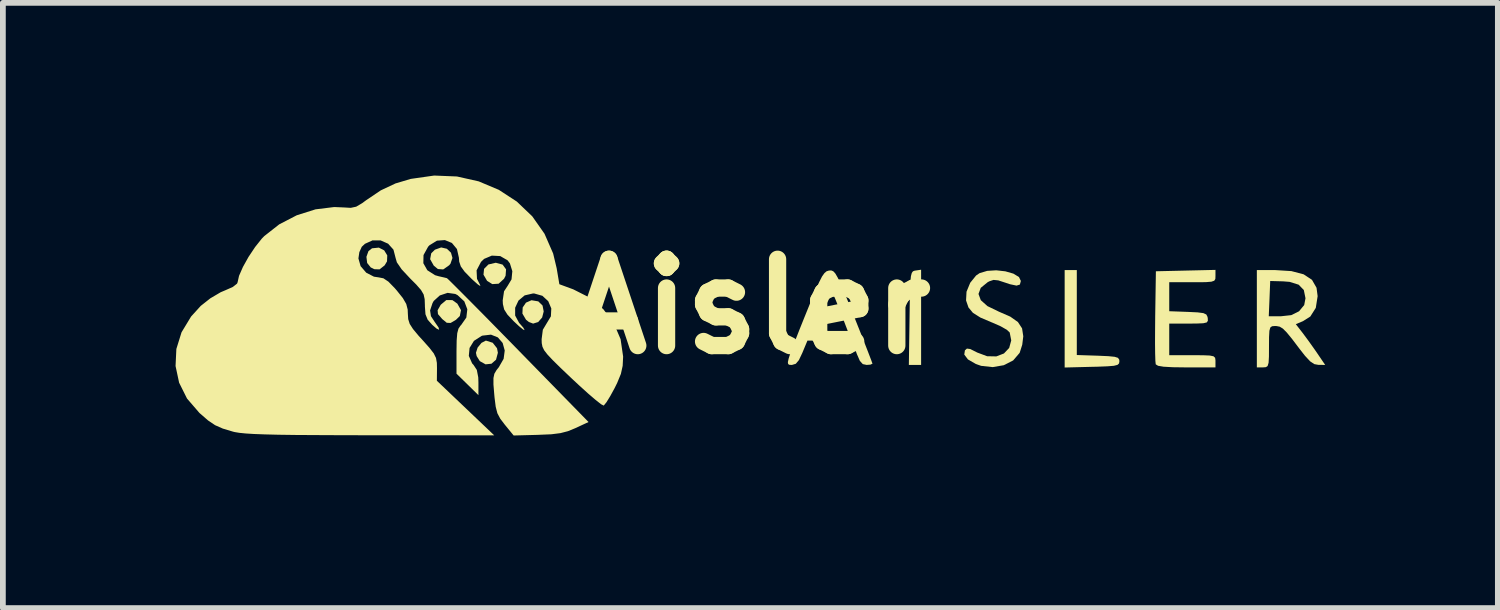
<source format=kicad_pcb>
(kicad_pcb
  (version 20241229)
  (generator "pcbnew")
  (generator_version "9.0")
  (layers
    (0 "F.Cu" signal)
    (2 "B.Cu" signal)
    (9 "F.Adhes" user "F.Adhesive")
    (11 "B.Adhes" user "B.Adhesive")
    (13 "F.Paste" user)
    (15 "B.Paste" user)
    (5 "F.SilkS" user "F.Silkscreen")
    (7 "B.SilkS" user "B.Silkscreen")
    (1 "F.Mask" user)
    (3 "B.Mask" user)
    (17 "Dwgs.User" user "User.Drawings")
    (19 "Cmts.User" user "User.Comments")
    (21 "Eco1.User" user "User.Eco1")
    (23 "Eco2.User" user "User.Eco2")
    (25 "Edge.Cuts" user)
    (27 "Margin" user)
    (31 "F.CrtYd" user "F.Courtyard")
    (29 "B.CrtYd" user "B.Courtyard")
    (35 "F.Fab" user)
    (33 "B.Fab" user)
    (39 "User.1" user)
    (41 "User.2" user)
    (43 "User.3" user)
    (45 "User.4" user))
  (footprint "Aisler"
    (layer "F.Cu")
    (at 9.995 2.276)
    (property "Reference" "Aisler" (at 0 0 0) (layer "F.SilkS") (effects (font (size 1.5 1.5) (thickness 0.3))))
    (attr board_only exclude_from_pos_files exclude_from_bom)
    (fp_poly (pts (xy -6.37 -0.976) (xy -6.317 -0.889) (xy -6.321 -0.785) (xy -6.363 -0.715) (xy -6.451 -0.646) (xy -6.541 -0.649) (xy -6.604 -0.68) (xy -6.666 -0.757) (xy -6.679 -0.864) (xy -6.644 -0.962) (xy -6.582 -1.012) (xy -6.463 -1.024)) (stroke (width 0) (type solid)) (fill yes) (layer "F.SilkS"))
    (fp_poly (pts (xy -5.281 -1.004) (xy -5.21 -0.936) (xy -5.184 -0.844) (xy -5.219 -0.744) (xy -5.242 -0.717) (xy -5.345 -0.645) (xy -5.438 -0.652) (xy -5.509 -0.711) (xy -5.572 -0.823) (xy -5.553 -0.925) (xy -5.489 -0.988) (xy -5.38 -1.027)) (stroke (width 0) (type solid)) (fill yes) (layer "F.SilkS"))
    (fp_poly (pts (xy -4.313 -0.729) (xy -4.253 -0.647) (xy -4.261 -0.536) (xy -4.288 -0.483) (xy -4.382 -0.397) (xy -4.492 -0.39) (xy -4.583 -0.447) (xy -4.645 -0.554) (xy -4.635 -0.655) (xy -4.56 -0.731) (xy -4.432 -0.761) (xy -4.431 -0.761)) (stroke (width 0) (type solid)) (fill yes) (layer "F.SilkS"))
    (fp_poly (pts (xy -3.693 -0.09) (xy -3.619 -0.018) (xy -3.599 0.085) (xy -3.626 0.19) (xy -3.695 0.269) (xy -3.783 0.296) (xy -3.857 0.268) (xy -3.906 0.229) (xy -3.969 0.122) (xy -3.964 0.016) (xy -3.907 -0.068) (xy -3.811 -0.11)) (stroke (width 0) (type solid)) (fill yes) (layer "F.SilkS"))
    (fp_poly (pts (xy -4.485 0.629) (xy -4.41 0.724) (xy -4.395 0.803) (xy -4.427 0.923) (xy -4.506 0.993) (xy -4.609 1.004) (xy -4.709 0.948) (xy -4.764 0.86) (xy -4.776 0.803) (xy -4.747 0.713) (xy -4.68 0.631) (xy -4.605 0.592) (xy -4.601 0.592)) (stroke (width 0) (type solid)) (fill yes) (layer "F.SilkS"))
    (fp_poly (pts (xy -5.185 -0.112) (xy -5.099 -0.05) (xy -5.036 0.062) (xy -5.056 0.164) (xy -5.123 0.23) (xy -5.216 0.285) (xy -5.283 0.282) (xy -5.362 0.217) (xy -5.367 0.211) (xy -5.436 0.131) (xy -5.442 0.064) (xy -5.391 -0.026) (xy -5.386 -0.033) (xy -5.291 -0.113)) (stroke (width 0) (type solid)) (fill yes) (layer "F.SilkS"))
    (fp_poly (pts (xy 2.958 0.187) (xy 2.958 1.014) (xy 2.852 1.014) (xy 2.745 1.014) (xy 2.757 0.201) (xy 2.761 -0.08) (xy 2.766 -0.288) (xy 2.772 -0.433) (xy 2.781 -0.528) (xy 2.796 -0.584) (xy 2.816 -0.612) (xy 2.844 -0.623) (xy 2.863 -0.626) (xy 2.958 -0.64)) (stroke (width 0) (type solid)) (fill yes) (layer "F.SilkS"))
    (fp_poly (pts (xy 5.663 0.104) (xy 5.663 0.842) (xy 6.033 0.854) (xy 6.211 0.862) (xy 6.321 0.873) (xy 6.378 0.891) (xy 6.4 0.922) (xy 6.403 0.951) (xy 6.397 0.988) (xy 6.37 1.013) (xy 6.308 1.029) (xy 6.196 1.038) (xy 6.02 1.045) (xy 5.927 1.047) (xy 5.452 1.059) (xy 5.452 0.213) (xy 5.452 -0.634) (xy 5.558 -0.634) (xy 5.663 -0.634)) (stroke (width 0) (type solid)) (fill yes) (layer "F.SilkS"))
    (fp_poly (pts (xy 8.072 -0.53) (xy 8.07 -0.48) (xy 8.051 -0.449) (xy 8.001 -0.432) (xy 7.903 -0.424) (xy 7.742 -0.423) (xy 7.671 -0.423) (xy 7.269 -0.423) (xy 7.269 -0.171) (xy 7.269 0.081) (xy 7.597 0.093) (xy 7.762 0.101) (xy 7.862 0.114) (xy 7.913 0.138) (xy 7.933 0.177) (xy 7.938 0.201) (xy 7.94 0.248) (xy 7.92 0.276) (xy 7.86 0.29) (xy 7.744 0.295) (xy 7.61 0.296) (xy 7.269 0.296) (xy 7.269 0.571) (xy 7.269 0.845) (xy 7.671 0.845) (xy 7.857 0.846) (xy 7.974 0.851) (xy 8.038 0.864) (xy 8.066 0.89) (xy 8.072 0.933) (xy 8.072 0.951) (xy 8.072 1.057) (xy 7.564 1.057) (xy 7.33 1.054) (xy 7.17 1.045) (xy 7.075 1.029) (xy 7.036 1.005) (xy 7.034 1.002) (xy 7.028 0.944) (xy 7.024 0.816) (xy 7.022 0.633) (xy 7.023 0.408) (xy 7.025 0.168) (xy 7.037 -0.613) (xy 7.554 -0.625) (xy 8.072 -0.637)) (stroke (width 0) (type solid)) (fill yes) (layer "F.SilkS"))
    (fp_poly (pts (xy 9.391 -0.616) (xy 9.604 -0.56) (xy 9.749 -0.464) (xy 9.828 -0.326) (xy 9.847 -0.181) (xy 9.815 0.023) (xy 9.72 0.173) (xy 9.592 0.254) (xy 9.468 0.306) (xy 9.587 0.459) (xy 9.682 0.587) (xy 9.791 0.74) (xy 9.842 0.814) (xy 9.978 1.014) (xy 9.86 1.013) (xy 9.789 1) (xy 9.716 0.951) (xy 9.627 0.855) (xy 9.53 0.731) (xy 9.402 0.562) (xy 9.31 0.45) (xy 9.243 0.383) (xy 9.189 0.35) (xy 9.134 0.339) (xy 9.105 0.338) (xy 9.055 0.342) (xy 9.025 0.364) (xy 9.009 0.421) (xy 9.003 0.53) (xy 9.002 0.697) (xy 9.001 0.871) (xy 8.995 0.977) (xy 8.978 1.033) (xy 8.947 1.053) (xy 8.896 1.057) (xy 8.791 1.057) (xy 8.791 0.211) (xy 8.791 0.169) (xy 8.998 0.169) (xy 9.206 0.169) (xy 9.389 0.149) (xy 9.522 0.083) (xy 9.525 0.081) (xy 9.614 -0.027) (xy 9.636 -0.144) (xy 9.607 -0.287) (xy 9.517 -0.38) (xy 9.36 -0.429) (xy 9.247 -0.438) (xy 9.023 -0.444) (xy 9.011 -0.137) (xy 8.998 0.169) (xy 8.791 0.169) (xy 8.791 -0.634) (xy 9.105 -0.634)) (stroke (width 0) (type solid)) (fill yes) (layer "F.SilkS"))
    (fp_poly (pts (xy 4.422 -0.612) (xy 4.561 -0.572) (xy 4.658 -0.513) (xy 4.691 -0.445) (xy 4.674 -0.382) (xy 4.616 -0.364) (xy 4.502 -0.388) (xy 4.424 -0.414) (xy 4.298 -0.455) (xy 4.216 -0.463) (xy 4.144 -0.439) (xy 4.114 -0.423) (xy 3.994 -0.325) (xy 3.955 -0.219) (xy 3.995 -0.111) (xy 4.11 -0.008) (xy 4.3 0.084) (xy 4.301 0.085) (xy 4.507 0.175) (xy 4.64 0.269) (xy 4.712 0.379) (xy 4.733 0.516) (xy 4.733 0.517) (xy 4.715 0.663) (xy 4.672 0.799) (xy 4.667 0.808) (xy 4.557 0.936) (xy 4.394 1.019) (xy 4.201 1.052) (xy 4.001 1.03) (xy 3.909 0.998) (xy 3.771 0.918) (xy 3.708 0.834) (xy 3.719 0.761) (xy 3.754 0.73) (xy 3.812 0.738) (xy 3.916 0.79) (xy 3.931 0.798) (xy 4.105 0.863) (xy 4.265 0.866) (xy 4.397 0.815) (xy 4.488 0.719) (xy 4.524 0.588) (xy 4.497 0.45) (xy 4.448 0.404) (xy 4.341 0.343) (xy 4.198 0.28) (xy 4.185 0.275) (xy 3.988 0.191) (xy 3.858 0.109) (xy 3.781 0.016) (xy 3.741 -0.1) (xy 3.739 -0.108) (xy 3.747 -0.258) (xy 3.811 -0.413) (xy 3.913 -0.539) (xy 3.973 -0.58) (xy 4.106 -0.62) (xy 4.263 -0.63)) (stroke (width 0) (type solid)) (fill yes) (layer "F.SilkS"))
    (fp_poly (pts (xy 1.432 -0.613) (xy 1.468 -0.574) (xy 1.51 -0.501) (xy 1.565 -0.384) (xy 1.638 -0.213) (xy 1.733 0.022) (xy 1.791 0.167) (xy 1.888 0.41) (xy 1.973 0.626) (xy 2.042 0.803) (xy 2.09 0.928) (xy 2.112 0.989) (xy 2.113 0.993) (xy 2.077 1.009) (xy 2.012 1.014) (xy 1.945 1) (xy 1.894 0.944) (xy 1.843 0.827) (xy 1.834 0.803) (xy 1.758 0.592) (xy 1.371 0.592) (xy 0.983 0.592) (xy 0.895 0.803) (xy 0.835 0.93) (xy 0.781 0.994) (xy 0.715 1.014) (xy 0.703 1.014) (xy 0.669 1.012) (xy 0.648 0.999) (xy 0.643 0.966) (xy 0.657 0.902) (xy 0.691 0.797) (xy 0.75 0.642) (xy 0.835 0.426) (xy 0.843 0.405) (xy 1.057 0.405) (xy 1.095 0.414) (xy 1.198 0.42) (xy 1.343 0.423) (xy 1.37 0.423) (xy 1.683 0.423) (xy 1.529 0.022) (xy 1.463 -0.141) (xy 1.405 -0.266) (xy 1.364 -0.338) (xy 1.348 -0.347) (xy 1.325 -0.299) (xy 1.28 -0.194) (xy 1.224 -0.055) (xy 1.165 0.097) (xy 1.112 0.239) (xy 1.073 0.349) (xy 1.057 0.404) (xy 1.057 0.405) (xy 0.843 0.405) (xy 0.925 0.201) (xy 1.036 -0.073) (xy 1.121 -0.279) (xy 1.187 -0.425) (xy 1.237 -0.523) (xy 1.279 -0.582) (xy 1.316 -0.613) (xy 1.355 -0.625) (xy 1.36 -0.626) (xy 1.398 -0.627)) (stroke (width 0) (type solid)) (fill yes) (layer "F.SilkS"))
    (fp_poly (pts (xy -5.106 -2.26) (xy -4.728 -2.175) (xy -4.379 -2.028) (xy -4.066 -1.824) (xy -3.798 -1.568) (xy -3.585 -1.265) (xy -3.435 -0.922) (xy -3.374 -0.667) (xy -3.327 -0.388) (xy -3.085 -0.299) (xy -2.802 -0.156) (xy -2.564 0.045) (xy -2.381 0.29) (xy -2.263 0.567) (xy -2.22 0.862) (xy -2.219 0.87) (xy -2.227 1.03) (xy -2.258 1.17) (xy -2.322 1.326) (xy -2.367 1.417) (xy -2.443 1.556) (xy -2.509 1.663) (xy -2.553 1.717) (xy -2.558 1.72) (xy -2.602 1.697) (xy -2.695 1.624) (xy -2.827 1.511) (xy -2.986 1.367) (xy -3.118 1.244) (xy -3.307 1.064) (xy -3.443 0.93) (xy -3.535 0.832) (xy -3.592 0.758) (xy -3.621 0.697) (xy -3.633 0.636) (xy -3.635 0.567) (xy -3.614 0.403) (xy -3.55 0.296) (xy -3.474 0.17) (xy -3.467 0.033) (xy -3.52 -0.093) (xy -3.622 -0.187) (xy -3.766 -0.228) (xy -3.783 -0.228) (xy -3.93 -0.194) (xy -4.037 -0.104) (xy -4.095 0.02) (xy -4.095 0.156) (xy -4.026 0.284) (xy -4.015 0.296) (xy -3.953 0.367) (xy -3.93 0.41) (xy -3.957 0.399) (xy -4.028 0.341) (xy -4.121 0.254) (xy -4.229 0.14) (xy -4.286 0.05) (xy -4.308 -0.043) (xy -4.311 -0.108) (xy -4.288 -0.265) (xy -4.226 -0.359) (xy -4.158 -0.472) (xy -4.144 -0.614) (xy -4.186 -0.75) (xy -4.226 -0.803) (xy -4.354 -0.877) (xy -4.5 -0.885) (xy -4.635 -0.828) (xy -4.688 -0.776) (xy -4.765 -0.629) (xy -4.758 -0.482) (xy -4.706 -0.379) (xy -4.699 -0.355) (xy -4.743 -0.384) (xy -4.828 -0.46) (xy -4.854 -0.484) (xy -4.973 -0.606) (xy -5.039 -0.697) (xy -5.067 -0.781) (xy -5.072 -0.848) (xy -5.106 -0.999) (xy -5.194 -1.105) (xy -5.316 -1.155) (xy -5.453 -1.145) (xy -5.582 -1.066) (xy -5.607 -1.04) (xy -5.687 -0.895) (xy -5.69 -0.753) (xy -5.621 -0.631) (xy -5.487 -0.545) (xy -5.421 -0.526) (xy -5.328 -0.505) (xy -5.28 -0.493) (xy -5.246 -0.462) (xy -5.16 -0.377) (xy -5.027 -0.244) (xy -4.854 -0.07) (xy -4.647 0.139) (xy -4.413 0.377) (xy -4.158 0.637) (xy -4.038 0.76) (xy -2.82 2.006) (xy -3.048 2.112) (xy -3.177 2.165) (xy -3.308 2.199) (xy -3.466 2.219) (xy -3.68 2.228) (xy -3.698 2.229) (xy -4.121 2.24) (xy -4.275 2.052) (xy -4.354 1.948) (xy -4.404 1.853) (xy -4.433 1.74) (xy -4.453 1.58) (xy -4.458 1.525) (xy -4.472 1.354) (xy -4.472 1.242) (xy -4.456 1.167) (xy -4.418 1.103) (xy -4.379 1.054) (xy -4.295 0.908) (xy -4.276 0.763) (xy -4.312 0.633) (xy -4.395 0.536) (xy -4.515 0.488) (xy -4.663 0.505) (xy -4.677 0.51) (xy -4.811 0.596) (xy -4.887 0.719) (xy -4.9 0.857) (xy -4.842 0.988) (xy -4.818 1.014) (xy -4.761 1.101) (xy -4.736 1.23) (xy -4.733 1.319) (xy -4.733 1.539) (xy -4.924 1.352) (xy -5.114 1.166) (xy -5.114 0.78) (xy -5.111 0.589) (xy -5.101 0.463) (xy -5.08 0.384) (xy -5.045 0.332) (xy -5.033 0.32) (xy -4.943 0.191) (xy -4.926 0.047) (xy -4.978 -0.09) (xy -5.095 -0.198) (xy -5.135 -0.219) (xy -5.269 -0.238) (xy -5.404 -0.193) (xy -5.51 -0.097) (xy -5.531 -0.059) (xy -5.573 0.067) (xy -5.558 0.167) (xy -5.494 0.265) (xy -5.426 0.363) (xy -5.415 0.404) (xy -5.46 0.383) (xy -5.536 0.317) (xy -5.615 0.228) (xy -5.653 0.134) (xy -5.663 -0.000465) (xy -5.663 -0.02) (xy -5.667 -0.128) (xy -5.685 -0.21) (xy -5.73 -0.287) (xy -5.814 -0.383) (xy -5.917 -0.486) (xy -6.067 -0.647) (xy -6.15 -0.768) (xy -6.172 -0.844) (xy -6.209 -0.988) (xy -6.302 -1.092) (xy -6.431 -1.149) (xy -6.572 -1.15) (xy -6.705 -1.09) (xy -6.76 -1.038) (xy -6.802 -0.945) (xy -6.818 -0.836) (xy -6.78 -0.702) (xy -6.682 -0.588) (xy -6.548 -0.519) (xy -6.467 -0.507) (xy -6.384 -0.491) (xy -6.297 -0.433) (xy -6.187 -0.32) (xy -6.153 -0.281) (xy -6.046 -0.147) (xy -5.987 -0.045) (xy -5.962 0.052) (xy -5.959 0.125) (xy -5.953 0.219) (xy -5.927 0.301) (xy -5.87 0.39) (xy -5.771 0.509) (xy -5.705 0.581) (xy -5.584 0.717) (xy -5.509 0.814) (xy -5.47 0.894) (xy -5.455 0.979) (xy -5.453 1.073) (xy -5.455 1.289) (xy -4.957 1.763) (xy -4.459 2.237) (xy -6.614 2.236) (xy -7.122 2.235) (xy -7.551 2.233) (xy -7.911 2.231) (xy -8.206 2.227) (xy -8.444 2.221) (xy -8.632 2.214) (xy -8.777 2.205) (xy -8.886 2.194) (xy -8.965 2.181) (xy -8.994 2.174) (xy -9.174 2.12) (xy -9.308 2.061) (xy -9.431 1.978) (xy -9.576 1.852) (xy -9.582 1.846) (xy -9.796 1.598) (xy -9.933 1.323) (xy -9.995 1.033) (xy -9.981 0.737) (xy -9.891 0.447) (xy -9.725 0.173) (xy -9.557 -0.012) (xy -9.391 -0.143) (xy -9.211 -0.249) (xy -9.135 -0.281) (xy -9.001 -0.34) (xy -8.927 -0.398) (xy -8.917 -0.422) (xy -8.892 -0.534) (xy -8.824 -0.689) (xy -8.727 -0.863) (xy -8.613 -1.034) (xy -8.496 -1.181) (xy -8.454 -1.224) (xy -8.194 -1.428) (xy -7.889 -1.586) (xy -7.563 -1.689) (xy -7.238 -1.729) (xy -7.073 -1.722) (xy -6.951 -1.715) (xy -6.857 -1.735) (xy -6.755 -1.795) (xy -6.687 -1.845) (xy -6.429 -2.019) (xy -6.174 -2.139) (xy -5.908 -2.218) (xy -5.502 -2.276)) (stroke (width 0) (type solid)) (fill yes) (layer "F.SilkS")))
  (gr_rect
    (start -3 -3)
    (end 22.973 7.515)
    (stroke (width 0.1) (type default))
    (fill no)
    (layer "Edge.Cuts")))
</source>
